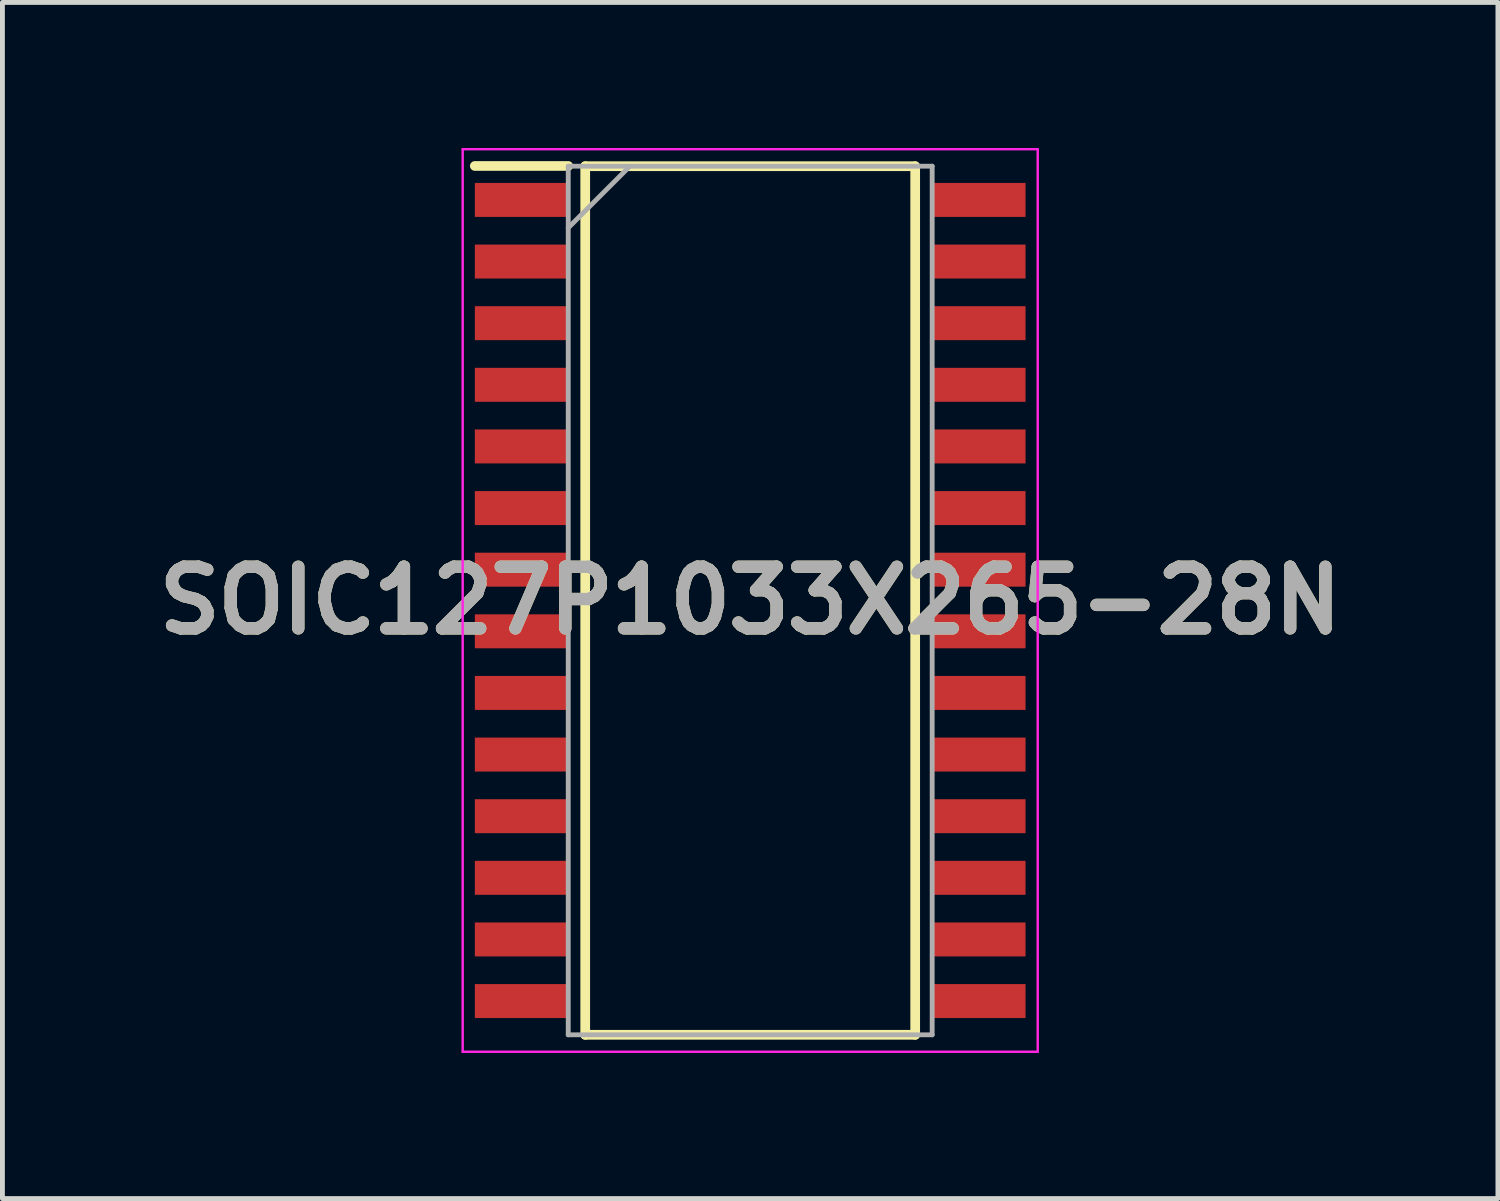
<source format=kicad_pcb>
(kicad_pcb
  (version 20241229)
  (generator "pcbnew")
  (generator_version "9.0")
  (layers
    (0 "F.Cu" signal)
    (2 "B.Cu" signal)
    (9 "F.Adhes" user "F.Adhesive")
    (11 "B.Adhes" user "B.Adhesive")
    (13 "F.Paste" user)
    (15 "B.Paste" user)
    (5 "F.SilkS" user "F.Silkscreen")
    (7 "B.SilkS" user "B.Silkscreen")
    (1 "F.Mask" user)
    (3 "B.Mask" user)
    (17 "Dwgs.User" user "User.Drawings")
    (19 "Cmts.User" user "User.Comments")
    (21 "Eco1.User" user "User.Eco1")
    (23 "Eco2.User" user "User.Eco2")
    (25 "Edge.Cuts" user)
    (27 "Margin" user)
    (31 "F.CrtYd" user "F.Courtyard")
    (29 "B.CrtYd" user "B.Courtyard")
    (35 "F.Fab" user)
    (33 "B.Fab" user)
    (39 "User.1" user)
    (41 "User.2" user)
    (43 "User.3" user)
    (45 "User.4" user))
  (footprint "SOIC127P1033X265-28N"
    (layer "F.Cu")
    (at 12.41 9.325)
    (property "Reference" "SOIC127P1033X265-28N" (at 0 0 0) (layer "F.SilkS") (effects (font (size 1.27 1.27) (thickness 0.254))))
    (attr smd)
    (fp_line (start -5.675 -8.955) (end -3.75 -8.955) (stroke (width 0.2) (type solid)) (layer "F.SilkS"))
    (fp_line (start -3.4 -8.95) (end 3.4 -8.95) (stroke (width 0.2) (type solid)) (layer "F.SilkS"))
    (fp_line (start -3.4 8.95) (end -3.4 -8.95) (stroke (width 0.2) (type solid)) (layer "F.SilkS"))
    (fp_line (start 3.4 -8.95) (end 3.4 8.95) (stroke (width 0.2) (type solid)) (layer "F.SilkS"))
    (fp_line (start 3.4 8.95) (end -3.4 8.95) (stroke (width 0.2) (type solid)) (layer "F.SilkS"))
    (fp_line (start -5.925 -9.3) (end 5.925 -9.3) (stroke (width 0.05) (type solid)) (layer "F.CrtYd"))
    (fp_line (start -5.925 9.3) (end -5.925 -9.3) (stroke (width 0.05) (type solid)) (layer "F.CrtYd"))
    (fp_line (start 5.925 -9.3) (end 5.925 9.3) (stroke (width 0.05) (type solid)) (layer "F.CrtYd"))
    (fp_line (start 5.925 9.3) (end -5.925 9.3) (stroke (width 0.05) (type solid)) (layer "F.CrtYd"))
    (fp_line (start -3.75 -8.95) (end 3.75 -8.95) (stroke (width 0.1) (type solid)) (layer "F.Fab"))
    (fp_line (start -3.75 -7.68) (end -2.48 -8.95) (stroke (width 0.1) (type solid)) (layer "F.Fab"))
    (fp_line (start -3.75 8.95) (end -3.75 -8.95) (stroke (width 0.1) (type solid)) (layer "F.Fab"))
    (fp_line (start 3.75 -8.95) (end 3.75 8.95) (stroke (width 0.1) (type solid)) (layer "F.Fab"))
    (fp_line (start 3.75 8.95) (end -3.75 8.95) (stroke (width 0.1) (type solid)) (layer "F.Fab"))
    (fp_text user "${REFERENCE}" (at 0 0 0) (layer "F.Fab") (effects (font (size 1.27 1.27) (thickness 0.254))))
    (pad "1" smd rect (at -4.712 -8.255 90) (size 0.7 1.925) (layers "F.Cu" "F.Mask" "F.Paste"))
    (pad "2" smd rect (at -4.712 -6.985 90) (size 0.7 1.925) (layers "F.Cu" "F.Mask" "F.Paste"))
    (pad "3" smd rect (at -4.712 -5.715 90) (size 0.7 1.925) (layers "F.Cu" "F.Mask" "F.Paste"))
    (pad "4" smd rect (at -4.712 -4.445 90) (size 0.7 1.925) (layers "F.Cu" "F.Mask" "F.Paste"))
    (pad "5" smd rect (at -4.712 -3.175 90) (size 0.7 1.925) (layers "F.Cu" "F.Mask" "F.Paste"))
    (pad "6" smd rect (at -4.712 -1.905 90) (size 0.7 1.925) (layers "F.Cu" "F.Mask" "F.Paste"))
    (pad "7" smd rect (at -4.712 -0.635 90) (size 0.7 1.925) (layers "F.Cu" "F.Mask" "F.Paste"))
    (pad "8" smd rect (at -4.712 0.635 90) (size 0.7 1.925) (layers "F.Cu" "F.Mask" "F.Paste"))
    (pad "9" smd rect (at -4.712 1.905 90) (size 0.7 1.925) (layers "F.Cu" "F.Mask" "F.Paste"))
    (pad "10" smd rect (at -4.712 3.175 90) (size 0.7 1.925) (layers "F.Cu" "F.Mask" "F.Paste"))
    (pad "11" smd rect (at -4.712 4.445 90) (size 0.7 1.925) (layers "F.Cu" "F.Mask" "F.Paste"))
    (pad "12" smd rect (at -4.712 5.715 90) (size 0.7 1.925) (layers "F.Cu" "F.Mask" "F.Paste"))
    (pad "13" smd rect (at -4.712 6.985 90) (size 0.7 1.925) (layers "F.Cu" "F.Mask" "F.Paste"))
    (pad "14" smd rect (at -4.712 8.255 90) (size 0.7 1.925) (layers "F.Cu" "F.Mask" "F.Paste"))
    (pad "15" smd rect (at 4.712 8.255 90) (size 0.7 1.925) (layers "F.Cu" "F.Mask" "F.Paste"))
    (pad "16" smd rect (at 4.712 6.985 90) (size 0.7 1.925) (layers "F.Cu" "F.Mask" "F.Paste"))
    (pad "17" smd rect (at 4.712 5.715 90) (size 0.7 1.925) (layers "F.Cu" "F.Mask" "F.Paste"))
    (pad "18" smd rect (at 4.712 4.445 90) (size 0.7 1.925) (layers "F.Cu" "F.Mask" "F.Paste"))
    (pad "19" smd rect (at 4.712 3.175 90) (size 0.7 1.925) (layers "F.Cu" "F.Mask" "F.Paste"))
    (pad "20" smd rect (at 4.712 1.905 90) (size 0.7 1.925) (layers "F.Cu" "F.Mask" "F.Paste"))
    (pad "21" smd rect (at 4.712 0.635 90) (size 0.7 1.925) (layers "F.Cu" "F.Mask" "F.Paste"))
    (pad "22" smd rect (at 4.712 -0.635 90) (size 0.7 1.925) (layers "F.Cu" "F.Mask" "F.Paste"))
    (pad "23" smd rect (at 4.712 -1.905 90) (size 0.7 1.925) (layers "F.Cu" "F.Mask" "F.Paste"))
    (pad "24" smd rect (at 4.712 -3.175 90) (size 0.7 1.925) (layers "F.Cu" "F.Mask" "F.Paste"))
    (pad "25" smd rect (at 4.712 -4.445 90) (size 0.7 1.925) (layers "F.Cu" "F.Mask" "F.Paste"))
    (pad "26" smd rect (at 4.712 -5.715 90) (size 0.7 1.925) (layers "F.Cu" "F.Mask" "F.Paste"))
    (pad "27" smd rect (at 4.712 -6.985 90) (size 0.7 1.925) (layers "F.Cu" "F.Mask" "F.Paste"))
    (pad "28" smd rect (at 4.712 -8.255 90) (size 0.7 1.925) (layers "F.Cu" "F.Mask" "F.Paste")))
  (gr_rect
    (start -3 -3)
    (end 27.819 21.65)
    (stroke (width 0.1) (type default))
    (fill no)
    (layer "Edge.Cuts")))
</source>
